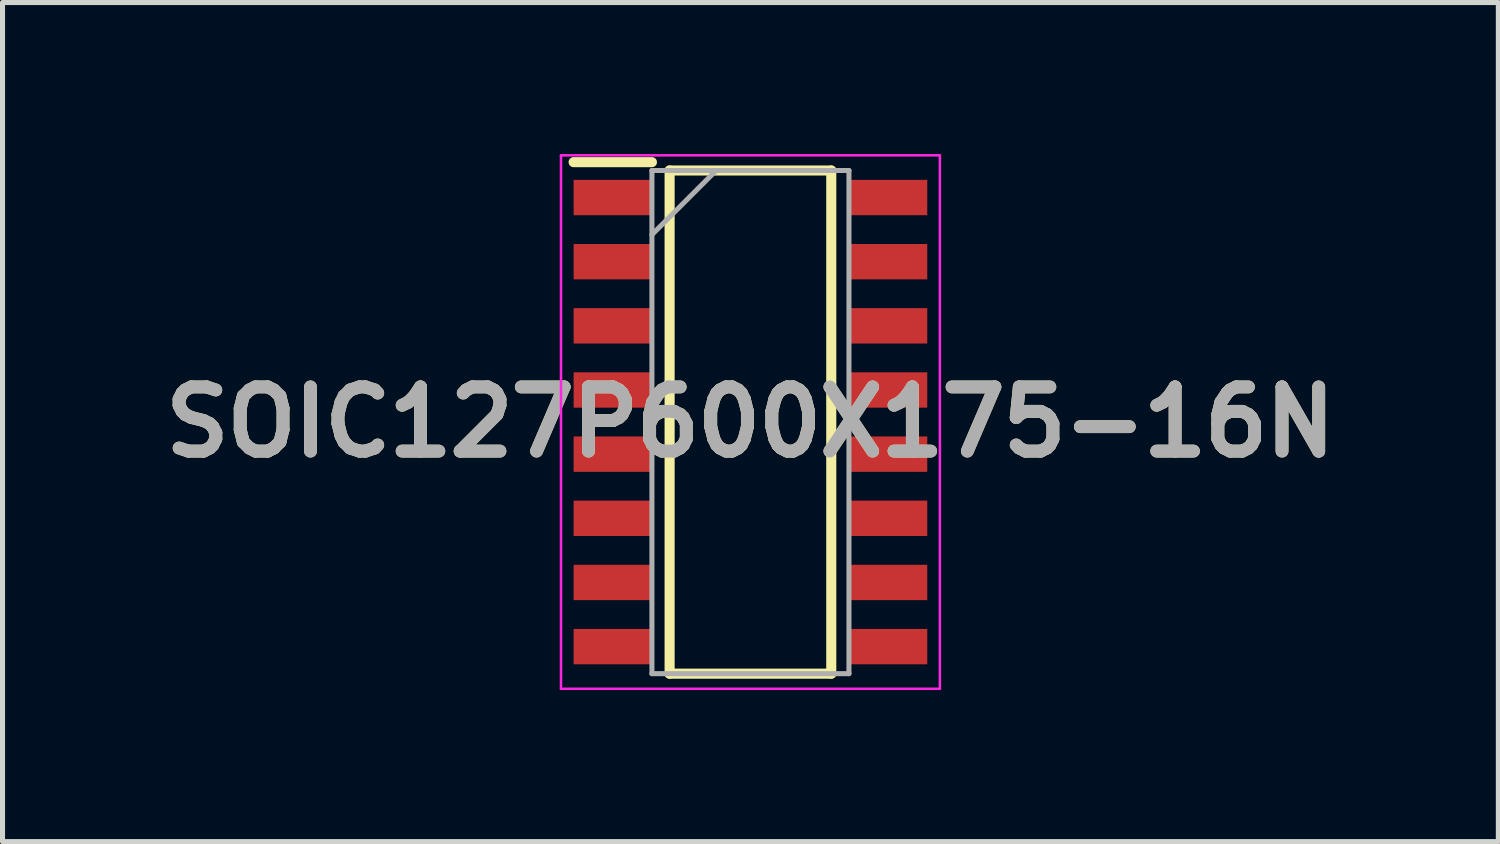
<source format=kicad_pcb>
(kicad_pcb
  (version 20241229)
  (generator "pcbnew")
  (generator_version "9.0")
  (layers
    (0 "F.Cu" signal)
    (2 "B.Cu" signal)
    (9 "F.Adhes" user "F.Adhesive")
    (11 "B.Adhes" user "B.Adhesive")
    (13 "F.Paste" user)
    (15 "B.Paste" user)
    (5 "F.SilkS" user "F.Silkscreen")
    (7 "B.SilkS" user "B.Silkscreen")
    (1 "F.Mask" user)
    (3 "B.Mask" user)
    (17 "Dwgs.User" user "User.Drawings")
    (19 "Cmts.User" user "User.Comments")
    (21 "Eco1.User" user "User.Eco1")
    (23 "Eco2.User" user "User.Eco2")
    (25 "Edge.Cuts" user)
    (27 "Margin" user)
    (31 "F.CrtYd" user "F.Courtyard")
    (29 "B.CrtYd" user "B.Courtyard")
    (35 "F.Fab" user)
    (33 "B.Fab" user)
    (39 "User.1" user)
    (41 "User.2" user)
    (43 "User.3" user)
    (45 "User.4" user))
  (footprint "SOIC127P600X175-16N"
    (layer "F.Cu")
    (at 11.805 5.305)
    (property "Reference" "SOIC127P600X175-16N" (at 0 0 0) (layer "F.SilkS") (effects (font (size 1.27 1.27) (thickness 0.254))))
    (attr smd)
    (fp_line (start -3.5 -5.145) (end -1.95 -5.145) (stroke (width 0.2) (type solid)) (layer "F.SilkS"))
    (fp_line (start -1.6 -4.98) (end 1.6 -4.98) (stroke (width 0.2) (type solid)) (layer "F.SilkS"))
    (fp_line (start -1.6 4.98) (end -1.6 -4.98) (stroke (width 0.2) (type solid)) (layer "F.SilkS"))
    (fp_line (start 1.6 -4.98) (end 1.6 4.98) (stroke (width 0.2) (type solid)) (layer "F.SilkS"))
    (fp_line (start 1.6 4.98) (end -1.6 4.98) (stroke (width 0.2) (type solid)) (layer "F.SilkS"))
    (fp_line (start -3.75 -5.28) (end 3.75 -5.28) (stroke (width 0.05) (type solid)) (layer "F.CrtYd"))
    (fp_line (start -3.75 5.28) (end -3.75 -5.28) (stroke (width 0.05) (type solid)) (layer "F.CrtYd"))
    (fp_line (start 3.75 -5.28) (end 3.75 5.28) (stroke (width 0.05) (type solid)) (layer "F.CrtYd"))
    (fp_line (start 3.75 5.28) (end -3.75 5.28) (stroke (width 0.05) (type solid)) (layer "F.CrtYd"))
    (fp_line (start -1.95 -4.98) (end 1.95 -4.98) (stroke (width 0.1) (type solid)) (layer "F.Fab"))
    (fp_line (start -1.95 -3.71) (end -0.68 -4.98) (stroke (width 0.1) (type solid)) (layer "F.Fab"))
    (fp_line (start -1.95 4.98) (end -1.95 -4.98) (stroke (width 0.1) (type solid)) (layer "F.Fab"))
    (fp_line (start 1.95 -4.98) (end 1.95 4.98) (stroke (width 0.1) (type solid)) (layer "F.Fab"))
    (fp_line (start 1.95 4.98) (end -1.95 4.98) (stroke (width 0.1) (type solid)) (layer "F.Fab"))
    (fp_text user "${REFERENCE}" (at 0 0 0) (layer "F.Fab") (effects (font (size 1.27 1.27) (thickness 0.254))))
    (pad "1" smd rect (at -2.725 -4.445 90) (size 0.7 1.55) (layers "F.Cu" "F.Mask" "F.Paste"))
    (pad "2" smd rect (at -2.725 -3.175 90) (size 0.7 1.55) (layers "F.Cu" "F.Mask" "F.Paste"))
    (pad "3" smd rect (at -2.725 -1.905 90) (size 0.7 1.55) (layers "F.Cu" "F.Mask" "F.Paste"))
    (pad "4" smd rect (at -2.725 -0.635 90) (size 0.7 1.55) (layers "F.Cu" "F.Mask" "F.Paste"))
    (pad "5" smd rect (at -2.725 0.635 90) (size 0.7 1.55) (layers "F.Cu" "F.Mask" "F.Paste"))
    (pad "6" smd rect (at -2.725 1.905 90) (size 0.7 1.55) (layers "F.Cu" "F.Mask" "F.Paste"))
    (pad "7" smd rect (at -2.725 3.175 90) (size 0.7 1.55) (layers "F.Cu" "F.Mask" "F.Paste"))
    (pad "8" smd rect (at -2.725 4.445 90) (size 0.7 1.55) (layers "F.Cu" "F.Mask" "F.Paste"))
    (pad "9" smd rect (at 2.725 4.445 90) (size 0.7 1.55) (layers "F.Cu" "F.Mask" "F.Paste"))
    (pad "10" smd rect (at 2.725 3.175 90) (size 0.7 1.55) (layers "F.Cu" "F.Mask" "F.Paste"))
    (pad "11" smd rect (at 2.725 1.905 90) (size 0.7 1.55) (layers "F.Cu" "F.Mask" "F.Paste"))
    (pad "12" smd rect (at 2.725 0.635 90) (size 0.7 1.55) (layers "F.Cu" "F.Mask" "F.Paste"))
    (pad "13" smd rect (at 2.725 -0.635 90) (size 0.7 1.55) (layers "F.Cu" "F.Mask" "F.Paste"))
    (pad "14" smd rect (at 2.725 -1.905 90) (size 0.7 1.55) (layers "F.Cu" "F.Mask" "F.Paste"))
    (pad "15" smd rect (at 2.725 -3.175 90) (size 0.7 1.55) (layers "F.Cu" "F.Mask" "F.Paste"))
    (pad "16" smd rect (at 2.725 -4.445 90) (size 0.7 1.55) (layers "F.Cu" "F.Mask" "F.Paste")))
  (gr_rect
    (start -3 -3)
    (end 26.61 13.61)
    (stroke (width 0.1) (type default))
    (fill no)
    (layer "Edge.Cuts")))
</source>
